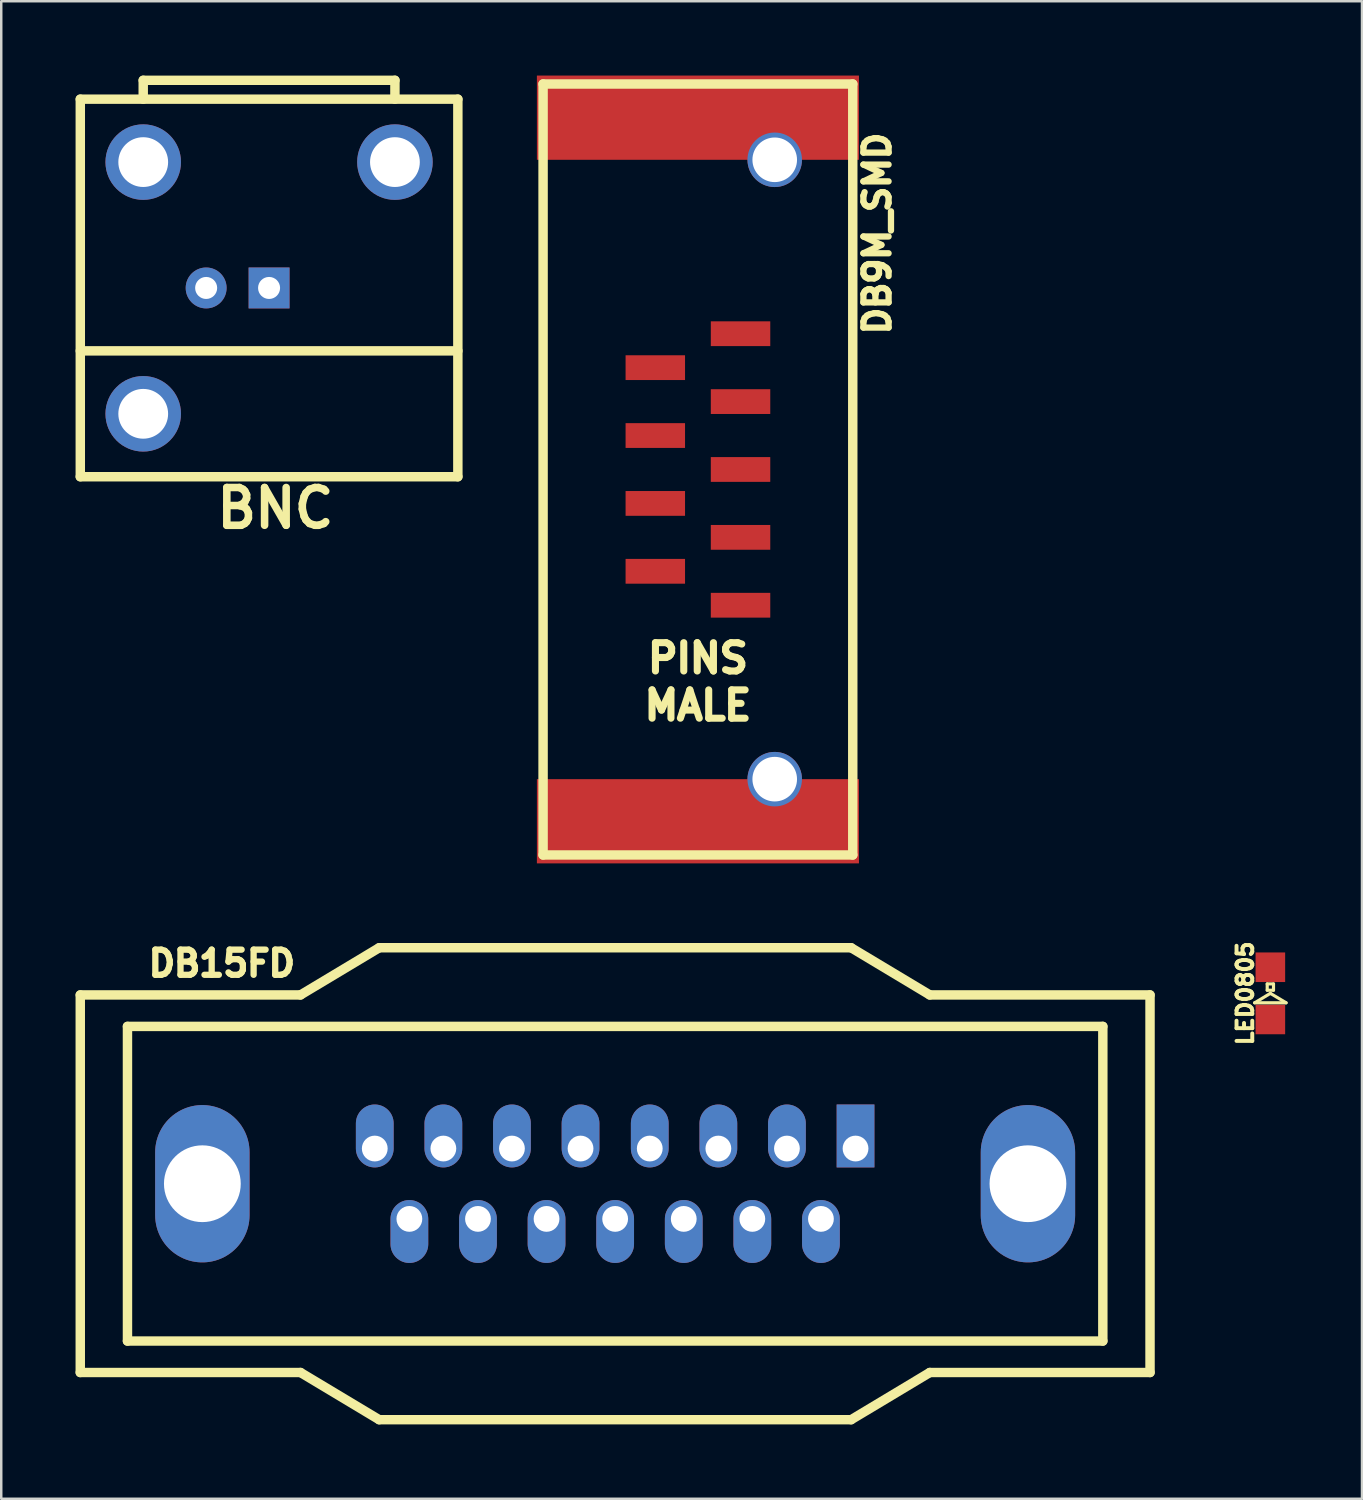
<source format=kicad_pcb>
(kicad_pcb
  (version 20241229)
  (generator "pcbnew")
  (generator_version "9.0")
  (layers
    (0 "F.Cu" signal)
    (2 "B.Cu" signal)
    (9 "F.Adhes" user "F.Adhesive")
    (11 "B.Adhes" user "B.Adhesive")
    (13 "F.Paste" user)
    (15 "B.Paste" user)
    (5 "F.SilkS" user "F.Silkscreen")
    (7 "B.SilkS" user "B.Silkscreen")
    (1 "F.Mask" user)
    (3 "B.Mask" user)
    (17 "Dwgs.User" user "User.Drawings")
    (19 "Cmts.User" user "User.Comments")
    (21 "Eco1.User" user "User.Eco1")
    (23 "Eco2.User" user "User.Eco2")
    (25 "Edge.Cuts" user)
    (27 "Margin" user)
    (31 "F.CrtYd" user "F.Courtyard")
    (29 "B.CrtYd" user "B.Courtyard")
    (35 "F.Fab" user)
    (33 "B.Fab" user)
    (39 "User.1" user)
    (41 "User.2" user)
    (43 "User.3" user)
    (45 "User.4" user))
  (footprint "LED0805"
    (layer "F.Cu")
    (at 48.227 37.046)
    (property "Reference" "LED0805" (at -1.016 0 90) (layer "F.SilkS") (effects (font (size 0.635 0.635) (thickness 0.159))))
    (attr through_hole)
    (fp_line (start -0.635 0.381) (end 0 0) (stroke (width 0.127) (type solid)) (layer "F.SilkS"))
    (fp_line (start -0.635 0.381) (end 0.635 0.381) (stroke (width 0.127) (type solid)) (layer "F.SilkS"))
    (fp_line (start -0.127 -0.381) (end -0.127 -0.127) (stroke (width 0.127) (type solid)) (layer "F.SilkS"))
    (fp_line (start -0.127 -0.127) (end 0.127 -0.127) (stroke (width 0.127) (type solid)) (layer "F.SilkS"))
    (fp_line (start 0 0) (end 0.635 0.381) (stroke (width 0.127) (type solid)) (layer "F.SilkS"))
    (fp_line (start 0.127 -0.381) (end -0.127 -0.381) (stroke (width 0.127) (type solid)) (layer "F.SilkS"))
    (fp_line (start 0.127 -0.127) (end 0.127 -0.381) (stroke (width 0.127) (type solid)) (layer "F.SilkS"))
    (pad "1" smd rect (at 0 1.054 90) (size 1.194 1.194) (layers "F.Cu" "F.Mask" "F.Paste"))
    (pad "2" smd rect (at 0 -1.054 90) (size 1.194 1.194) (layers "F.Cu" "F.Mask" "F.Paste")))
  (footprint "DB15FD"
    (layer "F.Cu")
    (at 21.78 44.73)
    (property "Reference" "DB15FD" (at -15.875 -8.89 0) (layer "F.SilkS") (effects (font (size 1.016 1.016) (thickness 0.254))))
    (attr through_hole)
    (fp_line (start -21.59 -7.62) (end -12.7 -7.62) (stroke (width 0.381) (type solid)) (layer "F.SilkS"))
    (fp_line (start -21.59 7.62) (end -21.59 -7.62) (stroke (width 0.381) (type solid)) (layer "F.SilkS"))
    (fp_line (start -19.685 -6.35) (end -19.685 6.35) (stroke (width 0.381) (type solid)) (layer "F.SilkS"))
    (fp_line (start -19.685 6.35) (end 19.685 6.35) (stroke (width 0.381) (type solid)) (layer "F.SilkS"))
    (fp_line (start -12.7 -7.62) (end -9.525 -9.525) (stroke (width 0.381) (type solid)) (layer "F.SilkS"))
    (fp_line (start -12.7 7.62) (end -21.59 7.62) (stroke (width 0.381) (type solid)) (layer "F.SilkS"))
    (fp_line (start -12.7 7.62) (end -9.525 9.525) (stroke (width 0.381) (type solid)) (layer "F.SilkS"))
    (fp_line (start -9.525 -9.525) (end 9.525 -9.525) (stroke (width 0.381) (type solid)) (layer "F.SilkS"))
    (fp_line (start -9.525 9.525) (end 9.525 9.525) (stroke (width 0.381) (type solid)) (layer "F.SilkS"))
    (fp_line (start 12.7 -7.62) (end 9.525 -9.525) (stroke (width 0.381) (type solid)) (layer "F.SilkS"))
    (fp_line (start 12.7 -7.62) (end 21.59 -7.62) (stroke (width 0.381) (type solid)) (layer "F.SilkS"))
    (fp_line (start 12.7 7.62) (end 9.525 9.525) (stroke (width 0.381) (type solid)) (layer "F.SilkS"))
    (fp_line (start 12.7 7.62) (end 21.59 7.62) (stroke (width 0.381) (type solid)) (layer "F.SilkS"))
    (fp_line (start 19.685 -6.35) (end -19.685 -6.35) (stroke (width 0.381) (type solid)) (layer "F.SilkS"))
    (fp_line (start 19.685 6.35) (end 19.685 -6.35) (stroke (width 0.381) (type solid)) (layer "F.SilkS"))
    (fp_line (start 21.59 -7.62) (end 21.59 7.62) (stroke (width 0.381) (type solid)) (layer "F.SilkS"))
    (pad "" thru_hole oval (at -16.662 0) (size 3.81 6.35) (drill 3.099) (layers "*.Cu" "*.Mask"))
    (pad "" thru_hole oval (at 16.662 0) (size 3.81 6.35) (drill 3.099) (layers "*.Cu" "*.Mask"))
    (pad "1" thru_hole rect (at 9.703 -1.42) (size 1.524 2.54) (drill 1.041 (offset 0 -0.508)) (layers "*.Cu" "*.Mask"))
    (pad "2" thru_hole oval (at 6.934 -1.42) (size 1.524 2.54) (drill 1.041 (offset 0 -0.508)) (layers "*.Cu" "*.Mask"))
    (pad "3" thru_hole oval (at 4.166 -1.42) (size 1.524 2.54) (drill 1.041 (offset 0 -0.508)) (layers "*.Cu" "*.Mask"))
    (pad "4" thru_hole oval (at 1.397 -1.42) (size 1.524 2.54) (drill 1.041 (offset 0 -0.508)) (layers "*.Cu" "*.Mask"))
    (pad "5" thru_hole oval (at -1.397 -1.42) (size 1.524 2.54) (drill 1.041 (offset 0 -0.508)) (layers "*.Cu" "*.Mask"))
    (pad "6" thru_hole oval (at -4.166 -1.42) (size 1.524 2.54) (drill 1.041 (offset 0 -0.508)) (layers "*.Cu" "*.Mask"))
    (pad "7" thru_hole oval (at -6.934 -1.42) (size 1.524 2.54) (drill 1.041 (offset 0 -0.508)) (layers "*.Cu" "*.Mask"))
    (pad "8" thru_hole oval (at -9.703 -1.42) (size 1.524 2.54) (drill 1.041 (offset 0 -0.508)) (layers "*.Cu" "*.Mask"))
    (pad "9" thru_hole oval (at 8.306 1.42) (size 1.524 2.54) (drill 1.041 (offset 0 0.508)) (layers "*.Cu" "*.Mask"))
    (pad "10" thru_hole oval (at 5.537 1.42) (size 1.524 2.54) (drill 1.041 (offset 0 0.508)) (layers "*.Cu" "*.Mask"))
    (pad "11" thru_hole oval (at 2.769 1.42) (size 1.524 2.54) (drill 1.041 (offset 0 0.508)) (layers "*.Cu" "*.Mask"))
    (pad "12" thru_hole oval (at 0 1.42) (size 1.524 2.54) (drill 1.041 (offset 0 0.508)) (layers "*.Cu" "*.Mask"))
    (pad "13" thru_hole oval (at -2.769 1.42) (size 1.524 2.54) (drill 1.041 (offset 0 0.508)) (layers "*.Cu" "*.Mask"))
    (pad "14" thru_hole oval (at -5.537 1.42) (size 1.524 2.54) (drill 1.041 (offset 0 0.508)) (layers "*.Cu" "*.Mask"))
    (pad "15" thru_hole oval (at -8.306 1.42) (size 1.524 2.54) (drill 1.041 (offset 0 0.508)) (layers "*.Cu" "*.Mask")))
  (footprint "DB9M_SMD"
    (layer "F.Cu")
    (at 25.121 15.9)
    (property "Reference" "DB9M_SMD" (at 7.239 -9.525 270) (layer "F.SilkS") (effects (font (size 1.016 1.016) (thickness 0.254))))
    (attr through_hole)
    (fp_line (start -6.25 -15.56) (end -6.25 15.56) (stroke (width 0.381) (type solid)) (layer "F.SilkS"))
    (fp_line (start -6.25 15.56) (end 6.25 15.56) (stroke (width 0.381) (type solid)) (layer "F.SilkS"))
    (fp_line (start 6.25 -15.56) (end -6.25 -15.56) (stroke (width 0.381) (type solid)) (layer "F.SilkS"))
    (fp_line (start 6.25 15.56) (end 6.25 -15.56) (stroke (width 0.381) (type solid)) (layer "F.SilkS"))
    (fp_text user "MALE" (at 0 9.525 0) (layer "F.SilkS") (effects (font (size 1.143 1.143) (thickness 0.286))))
    (fp_text user "PINS" (at 0 7.62 0) (layer "F.SilkS") (effects (font (size 1.143 1.143) (thickness 0.286))))
    (pad "" smd rect (at 0 -14.2 270) (size 3.4 13) (layers "F.Cu" "F.Mask"))
    (pad "" smd rect (at 0 14.2 270) (size 3.4 13) (layers "F.Cu" "F.Mask"))
    (pad "" thru_hole circle (at 3.1 -12.5 270) (size 2.2 2.2) (drill 1.8) (layers "*.Cu" "*.Mask"))
    (pad "" thru_hole circle (at 3.1 12.5 270) (size 2.2 2.2) (drill 1.8) (layers "*.Cu" "*.Mask"))
    (pad "1" smd rect (at 1.72 -5.48 270) (size 1 2.4) (layers "F.Cu" "F.Mask"))
    (pad "2" smd rect (at 1.72 -2.74 270) (size 1 2.4) (layers "F.Cu" "F.Mask"))
    (pad "3" smd rect (at 1.72 0 270) (size 1 2.4) (layers "F.Cu" "F.Mask"))
    (pad "4" smd rect (at 1.72 2.74 270) (size 1 2.4) (layers "F.Cu" "F.Mask"))
    (pad "5" smd rect (at 1.72 5.48 270) (size 1 2.4) (layers "F.Cu" "F.Mask"))
    (pad "6" smd rect (at -1.72 -4.11 270) (size 1 2.4) (layers "F.Cu" "F.Mask"))
    (pad "7" smd rect (at -1.72 -1.37 270) (size 1 2.4) (layers "F.Cu" "F.Mask"))
    (pad "8" smd rect (at -1.72 1.37 270) (size 1 2.4) (layers "F.Cu" "F.Mask"))
    (pad "9" smd rect (at -1.72 4.11 270) (size 1 2.4) (layers "F.Cu" "F.Mask")))
  (footprint "BNC"
    (layer "F.Cu")
    (at 7.811 3.493)
    (property "Reference" "BNC" (at 0.254 13.97 0) (layer "F.SilkS") (effects (font (size 1.524 1.524) (thickness 0.305))))
    (attr through_hole)
    (fp_line (start -7.62 -2.54) (end -7.62 12.7) (stroke (width 0.381) (type solid)) (layer "F.SilkS"))
    (fp_line (start -7.62 -2.54) (end 7.62 -2.54) (stroke (width 0.381) (type solid)) (layer "F.SilkS"))
    (fp_line (start -7.62 7.62) (end 7.62 7.62) (stroke (width 0.381) (type solid)) (layer "F.SilkS"))
    (fp_line (start -7.62 12.7) (end 7.62 12.7) (stroke (width 0.381) (type solid)) (layer "F.SilkS"))
    (fp_line (start -5.08 -3.302) (end 5.08 -3.302) (stroke (width 0.381) (type solid)) (layer "F.SilkS"))
    (fp_line (start -5.08 -2.54) (end -5.08 -3.302) (stroke (width 0.381) (type solid)) (layer "F.SilkS"))
    (fp_line (start 5.08 -3.302) (end 5.08 -2.54) (stroke (width 0.381) (type solid)) (layer "F.SilkS"))
    (fp_line (start 7.62 -2.54) (end 7.62 12.7) (stroke (width 0.381) (type solid)) (layer "F.SilkS"))
    (pad "" thru_hole circle (at -5.08 0) (size 3.048 3.048) (drill 2.009) (layers "*.Cu" "*.Mask"))
    (pad "" thru_hole circle (at -5.08 10.16) (size 3.048 3.048) (drill 2.009) (layers "*.Cu" "*.Mask"))
    (pad "" thru_hole circle (at 5.08 0) (size 3.048 3.048) (drill 2.009) (layers "*.Cu" "*.Mask"))
    (pad "1" thru_hole rect (at 0 5.08) (size 1.651 1.651) (drill 0.889) (layers "*.Cu" "*.Mask"))
    (pad "2" thru_hole circle (at -2.54 5.08) (size 1.651 1.651) (drill 0.889) (layers "*.Cu" "*.Mask")))
  (gr_rect
    (start -3 -3)
    (end 51.926 57.446)
    (stroke (width 0.1) (type default))
    (fill no)
    (layer "Edge.Cuts")))
</source>
